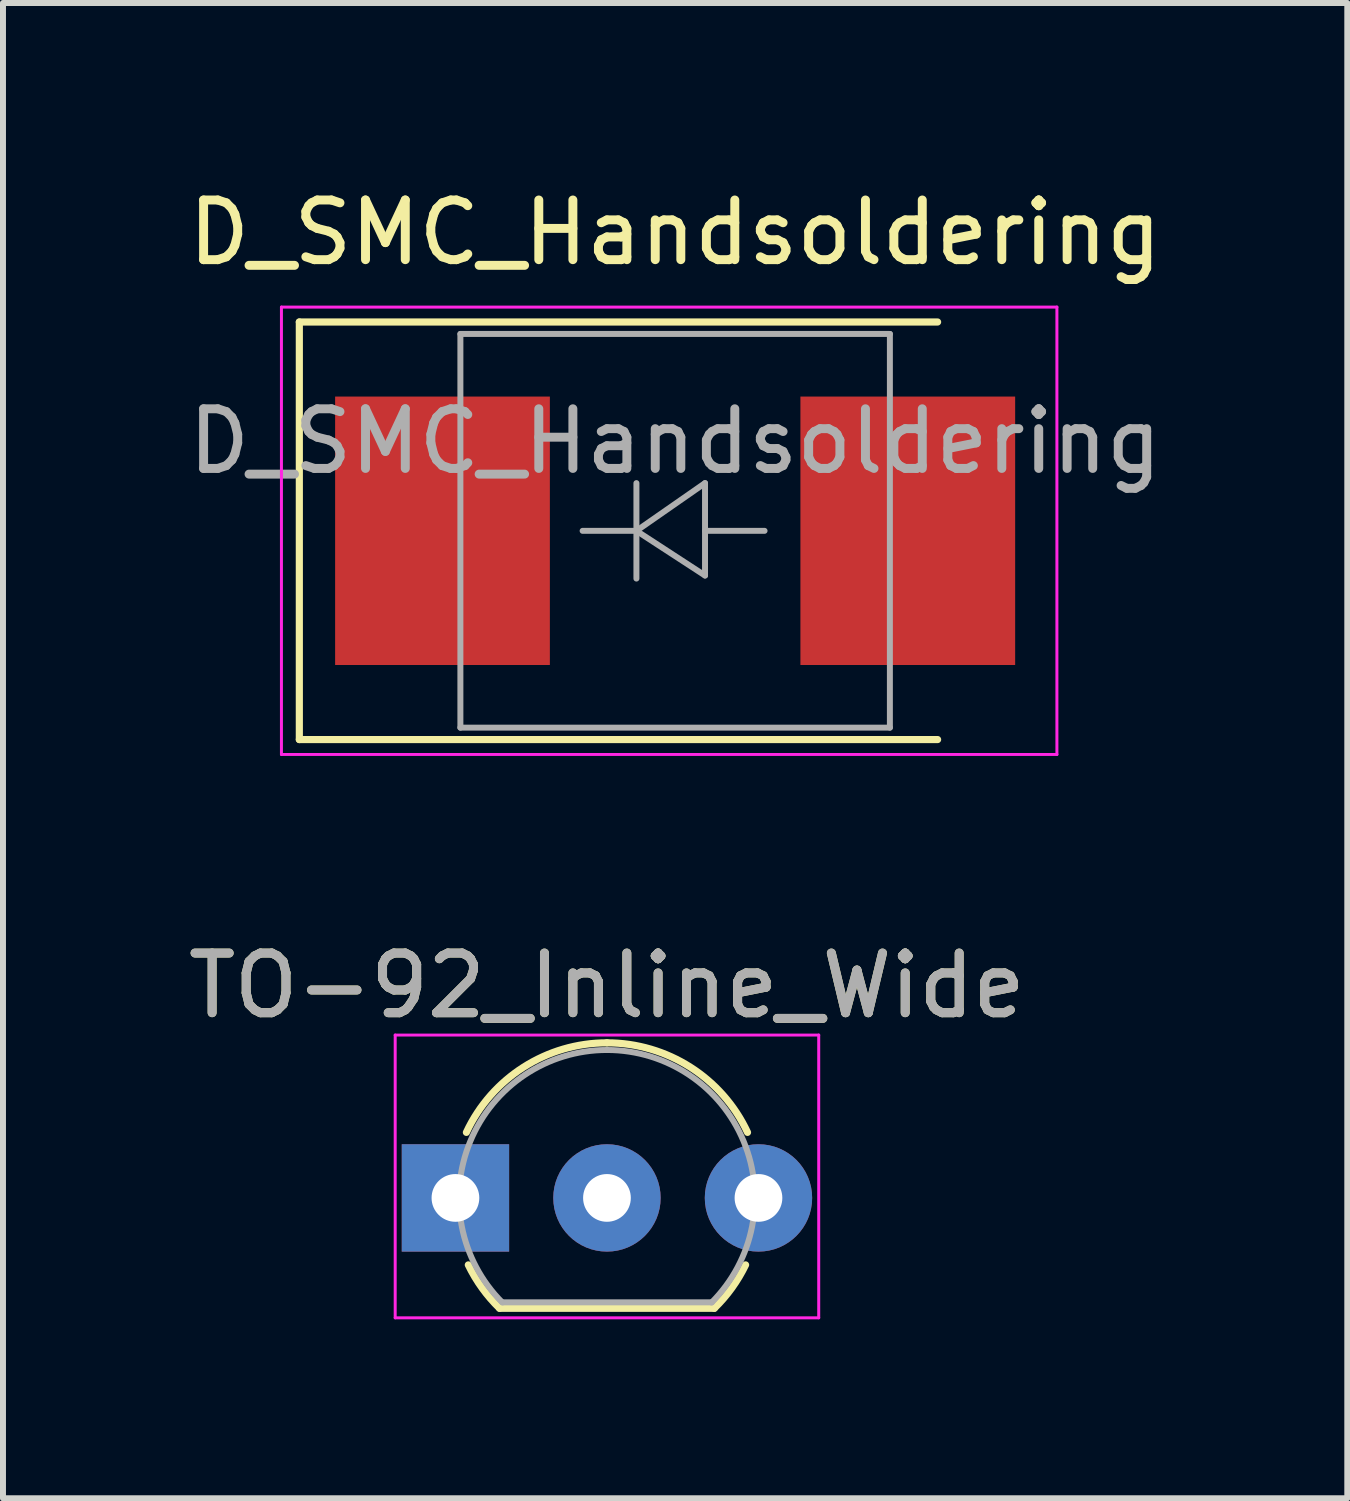
<source format=kicad_pcb>
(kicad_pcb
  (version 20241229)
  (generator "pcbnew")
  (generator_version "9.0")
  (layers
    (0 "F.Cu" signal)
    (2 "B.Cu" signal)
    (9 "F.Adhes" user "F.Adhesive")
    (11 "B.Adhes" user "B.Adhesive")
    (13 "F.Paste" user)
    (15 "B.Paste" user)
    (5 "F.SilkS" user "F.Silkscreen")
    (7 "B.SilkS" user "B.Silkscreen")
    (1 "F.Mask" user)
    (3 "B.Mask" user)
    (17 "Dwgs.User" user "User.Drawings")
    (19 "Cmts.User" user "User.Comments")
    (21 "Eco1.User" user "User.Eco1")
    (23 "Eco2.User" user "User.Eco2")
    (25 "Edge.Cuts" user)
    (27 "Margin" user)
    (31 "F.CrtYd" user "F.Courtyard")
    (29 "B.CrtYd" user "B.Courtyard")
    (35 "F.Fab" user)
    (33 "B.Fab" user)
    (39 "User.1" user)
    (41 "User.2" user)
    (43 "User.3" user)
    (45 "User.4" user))
  (footprint "D_SMC_Handsoldering"
    (layer "F.Cu")
    (at 8.268 5.848)
    (property "Reference" "D_SMC_Handsoldering" (at 0 -5 0) (layer "F.SilkS") (effects (font (size 1 1) (thickness 0.15))))
    (attr smd)
    (fp_line (start -6.3 -3.5) (end 4.4 -3.5) (stroke (width 0.12) (type solid)) (layer "F.SilkS"))
    (fp_line (start -6.3 3.5) (end -6.3 -3.5) (stroke (width 0.12) (type solid)) (layer "F.SilkS"))
    (fp_line (start -6.3 3.5) (end 4.4 3.5) (stroke (width 0.12) (type solid)) (layer "F.SilkS"))
    (fp_line (start -6.6 -3.75) (end 6.4 -3.75) (stroke (width 0.05) (type solid)) (layer "F.CrtYd"))
    (fp_line (start -6.6 3.75) (end -6.6 -3.75) (stroke (width 0.05) (type solid)) (layer "F.CrtYd"))
    (fp_line (start 6.4 -3.75) (end 6.4 3.75) (stroke (width 0.05) (type solid)) (layer "F.CrtYd"))
    (fp_line (start 6.4 3.75) (end -6.6 3.75) (stroke (width 0.05) (type solid)) (layer "F.CrtYd"))
    (fp_line (start -3.6 3.3) (end -3.6 -3.3) (stroke (width 0.1) (type solid)) (layer "F.Fab"))
    (fp_line (start -0.649 -0.799) (end -0.649 0.801) (stroke (width 0.1) (type solid)) (layer "F.Fab"))
    (fp_line (start -0.649 0.001) (end -1.551 0.001) (stroke (width 0.1) (type solid)) (layer "F.Fab"))
    (fp_line (start -0.649 0.001) (end 0.501 -0.799) (stroke (width 0.1) (type solid)) (layer "F.Fab"))
    (fp_line (start -0.649 0.001) (end 0.501 0.75) (stroke (width 0.1) (type solid)) (layer "F.Fab"))
    (fp_line (start 0.501 0.001) (end 1.499 0.001) (stroke (width 0.1) (type solid)) (layer "F.Fab"))
    (fp_line (start 0.501 0.75) (end 0.501 -0.799) (stroke (width 0.1) (type solid)) (layer "F.Fab"))
    (fp_line (start 3.6 -3.3) (end -3.6 -3.3) (stroke (width 0.1) (type solid)) (layer "F.Fab"))
    (fp_line (start 3.6 -3.3) (end 3.6 3.3) (stroke (width 0.1) (type solid)) (layer "F.Fab"))
    (fp_line (start 3.6 3.3) (end -3.6 3.3) (stroke (width 0.1) (type solid)) (layer "F.Fab"))
    (fp_text user "${REFERENCE}" (at 0 -1.5 0) (layer "F.Fab") (effects (font (size 1 1) (thickness 0.15))))
    (pad "1" smd rect (at -3.9 0) (size 3.6 4.5) (layers "F.Cu" "F.Mask" "F.Paste"))
    (pad "2" smd rect (at 3.9 0) (size 3.6 4.5) (layers "F.Cu" "F.Mask" "F.Paste")))
  (footprint "TO-92_Inline_Wide"
    (layer "F.Cu")
    (at 4.585 17.032)
    (property "Reference" "TO-92_Inline_Wide" (at 2.54 -3.56 0) (layer "F.SilkS") (effects (font (size 1 1) (thickness 0.15))))
    (attr through_hole)
    (fp_line (start 0.74 1.85) (end 4.34 1.85) (stroke (width 0.12) (type solid)) (layer "F.SilkS"))
    (fp_arc (start 0.1836 -1.098807) (mid 1.143021 -2.192817) (end 2.54 -2.6) (stroke (width 0.12) (type solid)) (layer "F.SilkS"))
    (fp_arc (start 0.74 1.85) (mid 0.446097 1.509328) (end 0.215816 1.122795) (stroke (width 0.12) (type solid)) (layer "F.SilkS"))
    (fp_arc (start 2.54 -2.6) (mid 3.936979 -2.192818) (end 4.8964 -1.098807) (stroke (width 0.12) (type solid)) (layer "F.SilkS"))
    (fp_arc (start 4.864184 1.122795) (mid 4.633903 1.509328) (end 4.34 1.85) (stroke (width 0.12) (type solid)) (layer "F.SilkS"))
    (fp_line (start -1.01 -2.73) (end -1.01 2.01) (stroke (width 0.05) (type solid)) (layer "F.CrtYd"))
    (fp_line (start -1.01 -2.73) (end 6.09 -2.73) (stroke (width 0.05) (type solid)) (layer "F.CrtYd"))
    (fp_line (start 6.09 2.01) (end -1.01 2.01) (stroke (width 0.05) (type solid)) (layer "F.CrtYd"))
    (fp_line (start 6.09 2.01) (end 6.09 -2.73) (stroke (width 0.05) (type solid)) (layer "F.CrtYd"))
    (fp_line (start 0.8 1.75) (end 4.3 1.75) (stroke (width 0.1) (type solid)) (layer "F.Fab"))
    (fp_arc (start 0.786375 1.753625) (mid 0.248779 -0.949055) (end 2.54 -2.48) (stroke (width 0.1) (type solid)) (layer "F.Fab"))
    (fp_arc (start 2.54 -2.48) (mid 4.831221 -0.949055) (end 4.293625 1.753625) (stroke (width 0.1) (type solid)) (layer "F.Fab"))
    (fp_text user "${REFERENCE}" (at 2.54 -3.56 0) (layer "F.Fab") (effects (font (size 1 1) (thickness 0.15))))
    (pad "1" thru_hole rect (at 0 0 90) (size 1.8 1.8) (drill 0.8) (layers "*.Cu" "*.Mask"))
    (pad "2" thru_hole circle (at 2.54 0 90) (size 1.8 1.8) (drill 0.8) (layers "*.Cu" "*.Mask"))
    (pad "3" thru_hole circle (at 5.08 0 90) (size 1.8 1.8) (drill 0.8) (layers "*.Cu" "*.Mask")))
  (gr_rect
    (start -3 -3)
    (end 19.536 22.067)
    (stroke (width 0.1) (type default))
    (fill no)
    (layer "Edge.Cuts")))
</source>
